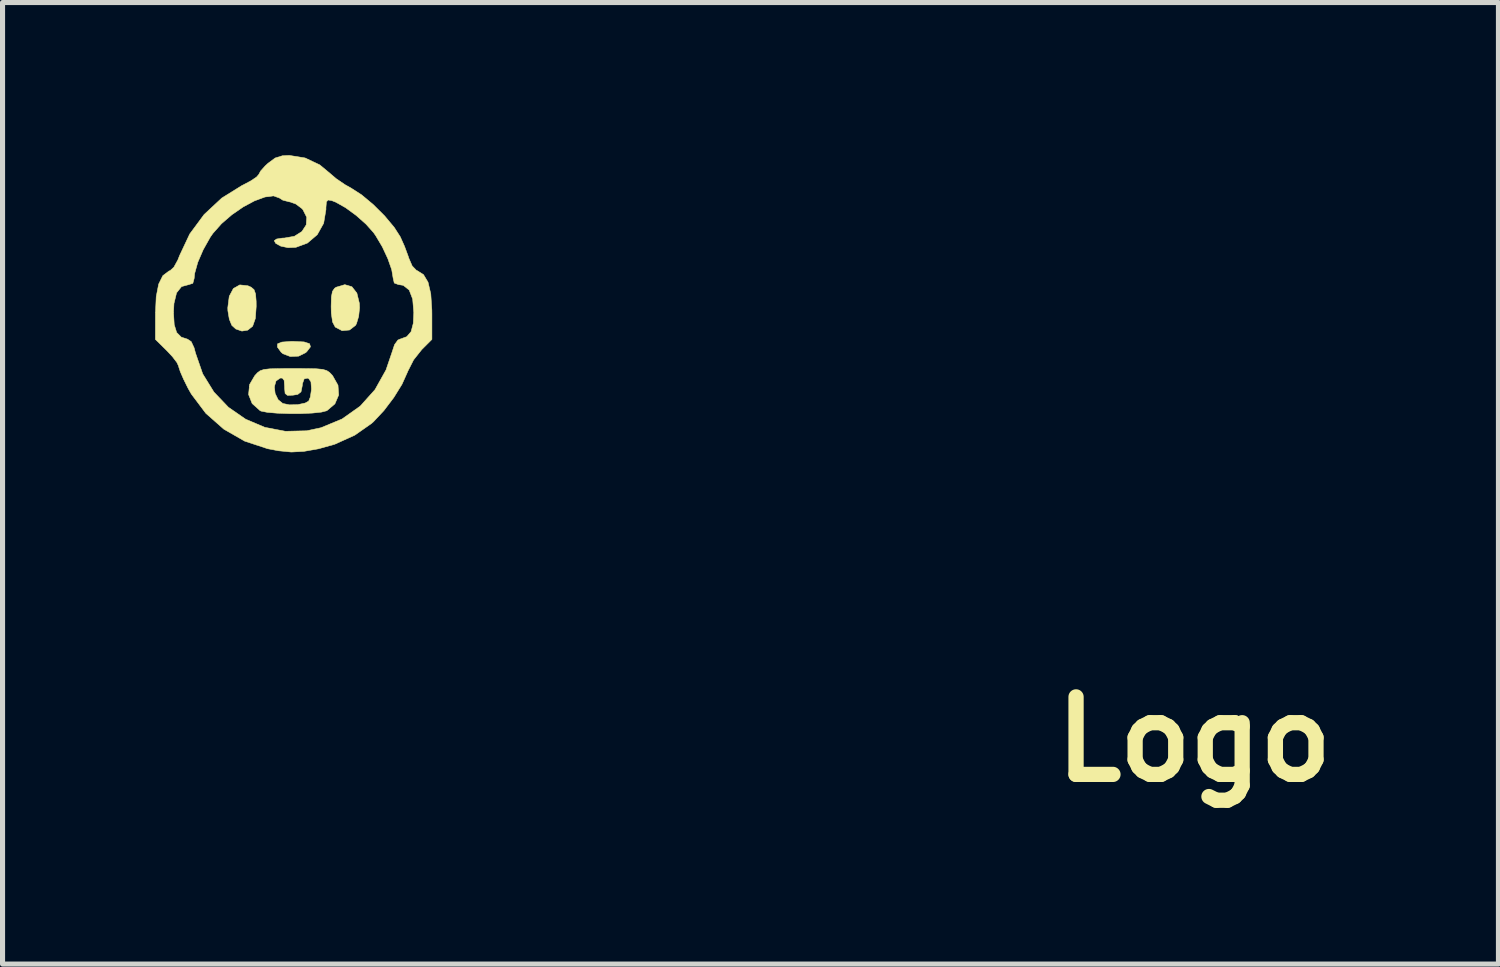
<source format=kicad_pcb>
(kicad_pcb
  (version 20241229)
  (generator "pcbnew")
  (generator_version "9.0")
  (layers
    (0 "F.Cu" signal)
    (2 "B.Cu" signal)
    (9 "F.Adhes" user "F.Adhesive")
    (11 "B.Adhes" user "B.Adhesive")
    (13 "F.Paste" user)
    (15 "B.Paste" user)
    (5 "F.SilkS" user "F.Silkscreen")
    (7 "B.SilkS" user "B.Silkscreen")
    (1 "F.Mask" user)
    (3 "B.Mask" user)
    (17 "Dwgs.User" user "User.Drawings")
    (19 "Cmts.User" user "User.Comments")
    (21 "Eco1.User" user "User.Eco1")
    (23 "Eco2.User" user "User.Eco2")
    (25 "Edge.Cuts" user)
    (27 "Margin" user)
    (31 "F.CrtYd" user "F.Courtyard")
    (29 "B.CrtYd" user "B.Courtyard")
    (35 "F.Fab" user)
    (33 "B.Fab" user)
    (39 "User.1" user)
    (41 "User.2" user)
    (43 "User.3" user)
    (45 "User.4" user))
  (footprint "Logo"
    (layer "F.Cu")
    (at 20.427 11.485)
    (property "Reference" "Logo" (at 0 0 0) (layer "F.SilkS") (effects (font (size 1.524 1.524) (thickness 0.3))))
    (attr through_hole)
    (fp_poly (pts (xy -17.499 -7.813) (xy -17.391 -7.778) (xy -17.373 -7.717) (xy -17.444 -7.624) (xy -17.467 -7.602) (xy -17.606 -7.533) (xy -17.771 -7.526) (xy -17.915 -7.581) (xy -17.95 -7.611) (xy -18.023 -7.711) (xy -18.021 -7.775) (xy -17.935 -7.81) (xy -17.759 -7.823) (xy -17.704 -7.823) (xy -17.499 -7.813)) (stroke (width 0.01) (type solid)) (fill yes) (layer "F.SilkS"))
    (fp_poly (pts (xy -18.603 -8.917) (xy -18.539 -8.888) (xy -18.483 -8.841) (xy -18.453 -8.757) (xy -18.441 -8.611) (xy -18.44 -8.511) (xy -18.457 -8.274) (xy -18.51 -8.122) (xy -18.608 -8.044) (xy -18.721 -8.026) (xy -18.841 -8.067) (xy -18.92 -8.139) (xy -18.969 -8.26) (xy -18.997 -8.426) (xy -18.999 -8.484) (xy -18.97 -8.71) (xy -18.889 -8.863) (xy -18.763 -8.934) (xy -18.603 -8.917)) (stroke (width 0.01) (type solid)) (fill yes) (layer "F.SilkS"))
    (fp_poly (pts (xy -16.559 -8.898) (xy -16.461 -8.773) (xy -16.412 -8.572) (xy -16.408 -8.484) (xy -16.426 -8.315) (xy -16.469 -8.172) (xy -16.487 -8.139) (xy -16.606 -8.047) (xy -16.752 -8.034) (xy -16.886 -8.105) (xy -16.887 -8.106) (xy -16.939 -8.205) (xy -16.964 -8.38) (xy -16.967 -8.511) (xy -16.962 -8.697) (xy -16.941 -8.807) (xy -16.899 -8.868) (xy -16.869 -8.888) (xy -16.698 -8.939) (xy -16.559 -8.898)) (stroke (width 0.01) (type solid)) (fill yes) (layer "F.SilkS"))
    (fp_poly (pts (xy -17.438 -7.289) (xy -17.254 -7.285) (xy -17.133 -7.273) (xy -17.054 -7.25) (xy -16.998 -7.213) (xy -16.946 -7.158) (xy -16.937 -7.147) (xy -16.832 -6.961) (xy -16.819 -6.769) (xy -16.893 -6.595) (xy -17.051 -6.461) (xy -17.053 -6.46) (xy -17.158 -6.433) (xy -17.336 -6.414) (xy -17.558 -6.404) (xy -17.798 -6.404) (xy -18.028 -6.412) (xy -18.219 -6.428) (xy -18.344 -6.453) (xy -18.364 -6.462) (xy -18.52 -6.602) (xy -18.59 -6.779) (xy -18.575 -6.932) (xy -18.083 -6.932) (xy -18.068 -6.799) (xy -18.009 -6.677) (xy -17.918 -6.603) (xy -17.785 -6.576) (xy -17.623 -6.58) (xy -17.478 -6.611) (xy -17.409 -6.649) (xy -17.376 -6.729) (xy -17.356 -6.862) (xy -17.354 -6.891) (xy -17.364 -7.029) (xy -17.409 -7.093) (xy -17.434 -7.101) (xy -17.497 -7.086) (xy -17.53 -6.995) (xy -17.535 -6.95) (xy -17.559 -6.832) (xy -17.623 -6.781) (xy -17.716 -6.766) (xy -17.826 -6.762) (xy -17.872 -6.8) (xy -17.882 -6.906) (xy -17.882 -6.935) (xy -17.891 -7.058) (xy -17.928 -7.103) (xy -17.97 -7.102) (xy -18.051 -7.044) (xy -18.083 -6.932) (xy -18.575 -6.932) (xy -18.572 -6.972) (xy -18.47 -7.147) (xy -18.417 -7.206) (xy -18.363 -7.246) (xy -18.289 -7.271) (xy -18.175 -7.284) (xy -18.002 -7.289) (xy -17.75 -7.29) (xy -17.704 -7.29) (xy -17.438 -7.289)) (stroke (width 0.01) (type solid)) (fill yes) (layer "F.SilkS"))
    (fp_poly (pts (xy -17.48 -11.43) (xy -17.191 -11.294) (xy -16.998 -11.134) (xy -16.867 -11.022) (xy -16.692 -10.903) (xy -16.579 -10.84) (xy -16.37 -10.706) (xy -16.14 -10.514) (xy -15.916 -10.291) (xy -15.727 -10.065) (xy -15.608 -9.88) (xy -15.524 -9.692) (xy -15.45 -9.492) (xy -15.441 -9.462) (xy -15.374 -9.307) (xy -15.292 -9.222) (xy -15.28 -9.217) (xy -15.152 -9.137) (xy -15.062 -8.987) (xy -15.008 -8.758) (xy -14.987 -8.441) (xy -14.986 -8.363) (xy -14.986 -7.862) (xy -15.186 -7.662) (xy -15.346 -7.46) (xy -15.461 -7.234) (xy -15.47 -7.211) (xy -15.574 -6.98) (xy -15.735 -6.72) (xy -15.929 -6.464) (xy -16.133 -6.246) (xy -16.173 -6.21) (xy -16.503 -5.979) (xy -16.897 -5.801) (xy -17.215 -5.712) (xy -17.504 -5.661) (xy -17.75 -5.648) (xy -18.002 -5.673) (xy -18.217 -5.714) (xy -18.668 -5.863) (xy -19.077 -6.098) (xy -19.431 -6.41) (xy -19.715 -6.788) (xy -19.78 -6.902) (xy -19.868 -7.08) (xy -19.933 -7.23) (xy -19.964 -7.324) (xy -19.964 -7.333) (xy -19.999 -7.408) (xy -20.088 -7.525) (xy -20.193 -7.637) (xy -20.422 -7.863) (xy -20.421 -8.364) (xy -20.42 -8.39) (xy -20.066 -8.39) (xy -20.052 -8.153) (xy -20.004 -7.998) (xy -19.913 -7.907) (xy -19.79 -7.867) (xy -19.718 -7.819) (xy -19.661 -7.697) (xy -19.634 -7.595) (xy -19.492 -7.185) (xy -19.271 -6.827) (xy -18.986 -6.528) (xy -18.648 -6.294) (xy -18.271 -6.134) (xy -17.866 -6.056) (xy -17.447 -6.066) (xy -17.167 -6.126) (xy -16.752 -6.298) (xy -16.396 -6.55) (xy -16.105 -6.874) (xy -15.888 -7.262) (xy -15.779 -7.582) (xy -15.72 -7.76) (xy -15.654 -7.85) (xy -15.615 -7.867) (xy -15.48 -7.916) (xy -15.395 -8.015) (xy -15.352 -8.179) (xy -15.342 -8.39) (xy -15.364 -8.655) (xy -15.432 -8.832) (xy -15.548 -8.925) (xy -15.646 -8.941) (xy -15.726 -8.971) (xy -15.748 -9.066) (xy -15.776 -9.233) (xy -15.852 -9.449) (xy -15.961 -9.683) (xy -16.091 -9.902) (xy -16.132 -9.961) (xy -16.281 -10.128) (xy -16.475 -10.3) (xy -16.683 -10.452) (xy -16.875 -10.56) (xy -16.954 -10.591) (xy -17.027 -10.603) (xy -17.06 -10.566) (xy -17.069 -10.457) (xy -17.069 -10.415) (xy -17.114 -10.146) (xy -17.24 -9.921) (xy -17.434 -9.756) (xy -17.662 -9.672) (xy -17.814 -9.666) (xy -17.957 -9.696) (xy -18.057 -9.751) (xy -18.085 -9.803) (xy -18.04 -9.836) (xy -17.928 -9.854) (xy -17.887 -9.855) (xy -17.689 -9.89) (xy -17.542 -9.983) (xy -17.457 -10.114) (xy -17.447 -10.264) (xy -17.522 -10.413) (xy -17.544 -10.437) (xy -17.662 -10.525) (xy -17.777 -10.566) (xy -17.786 -10.566) (xy -17.917 -10.6) (xy -17.983 -10.642) (xy -18.1 -10.684) (xy -18.269 -10.662) (xy -18.474 -10.586) (xy -18.696 -10.467) (xy -18.918 -10.314) (xy -19.123 -10.137) (xy -19.292 -9.946) (xy -19.343 -9.873) (xy -19.482 -9.626) (xy -19.589 -9.378) (xy -19.65 -9.16) (xy -19.66 -9.061) (xy -19.686 -8.965) (xy -19.761 -8.941) (xy -19.908 -8.901) (xy -20.006 -8.778) (xy -20.057 -8.568) (xy -20.066 -8.39) (xy -20.42 -8.39) (xy -20.406 -8.701) (xy -20.358 -8.949) (xy -20.276 -9.115) (xy -20.155 -9.207) (xy -20.132 -9.215) (xy -20.059 -9.282) (xy -19.981 -9.423) (xy -19.946 -9.512) (xy -19.747 -9.935) (xy -19.464 -10.318) (xy -19.116 -10.642) (xy -18.717 -10.89) (xy -18.701 -10.897) (xy -18.545 -10.98) (xy -18.433 -11.055) (xy -18.39 -11.105) (xy -18.39 -11.105) (xy -18.354 -11.172) (xy -18.264 -11.273) (xy -18.21 -11.323) (xy -18.067 -11.429) (xy -17.924 -11.473) (xy -17.791 -11.48) (xy -17.48 -11.43)) (stroke (width 0.01) (type solid)) (fill yes) (layer "F.SilkS")))
  (gr_rect
    (start -3 -3)
    (end 26.409 15.903)
    (stroke (width 0.1) (type default))
    (fill no)
    (layer "Edge.Cuts")))
</source>
